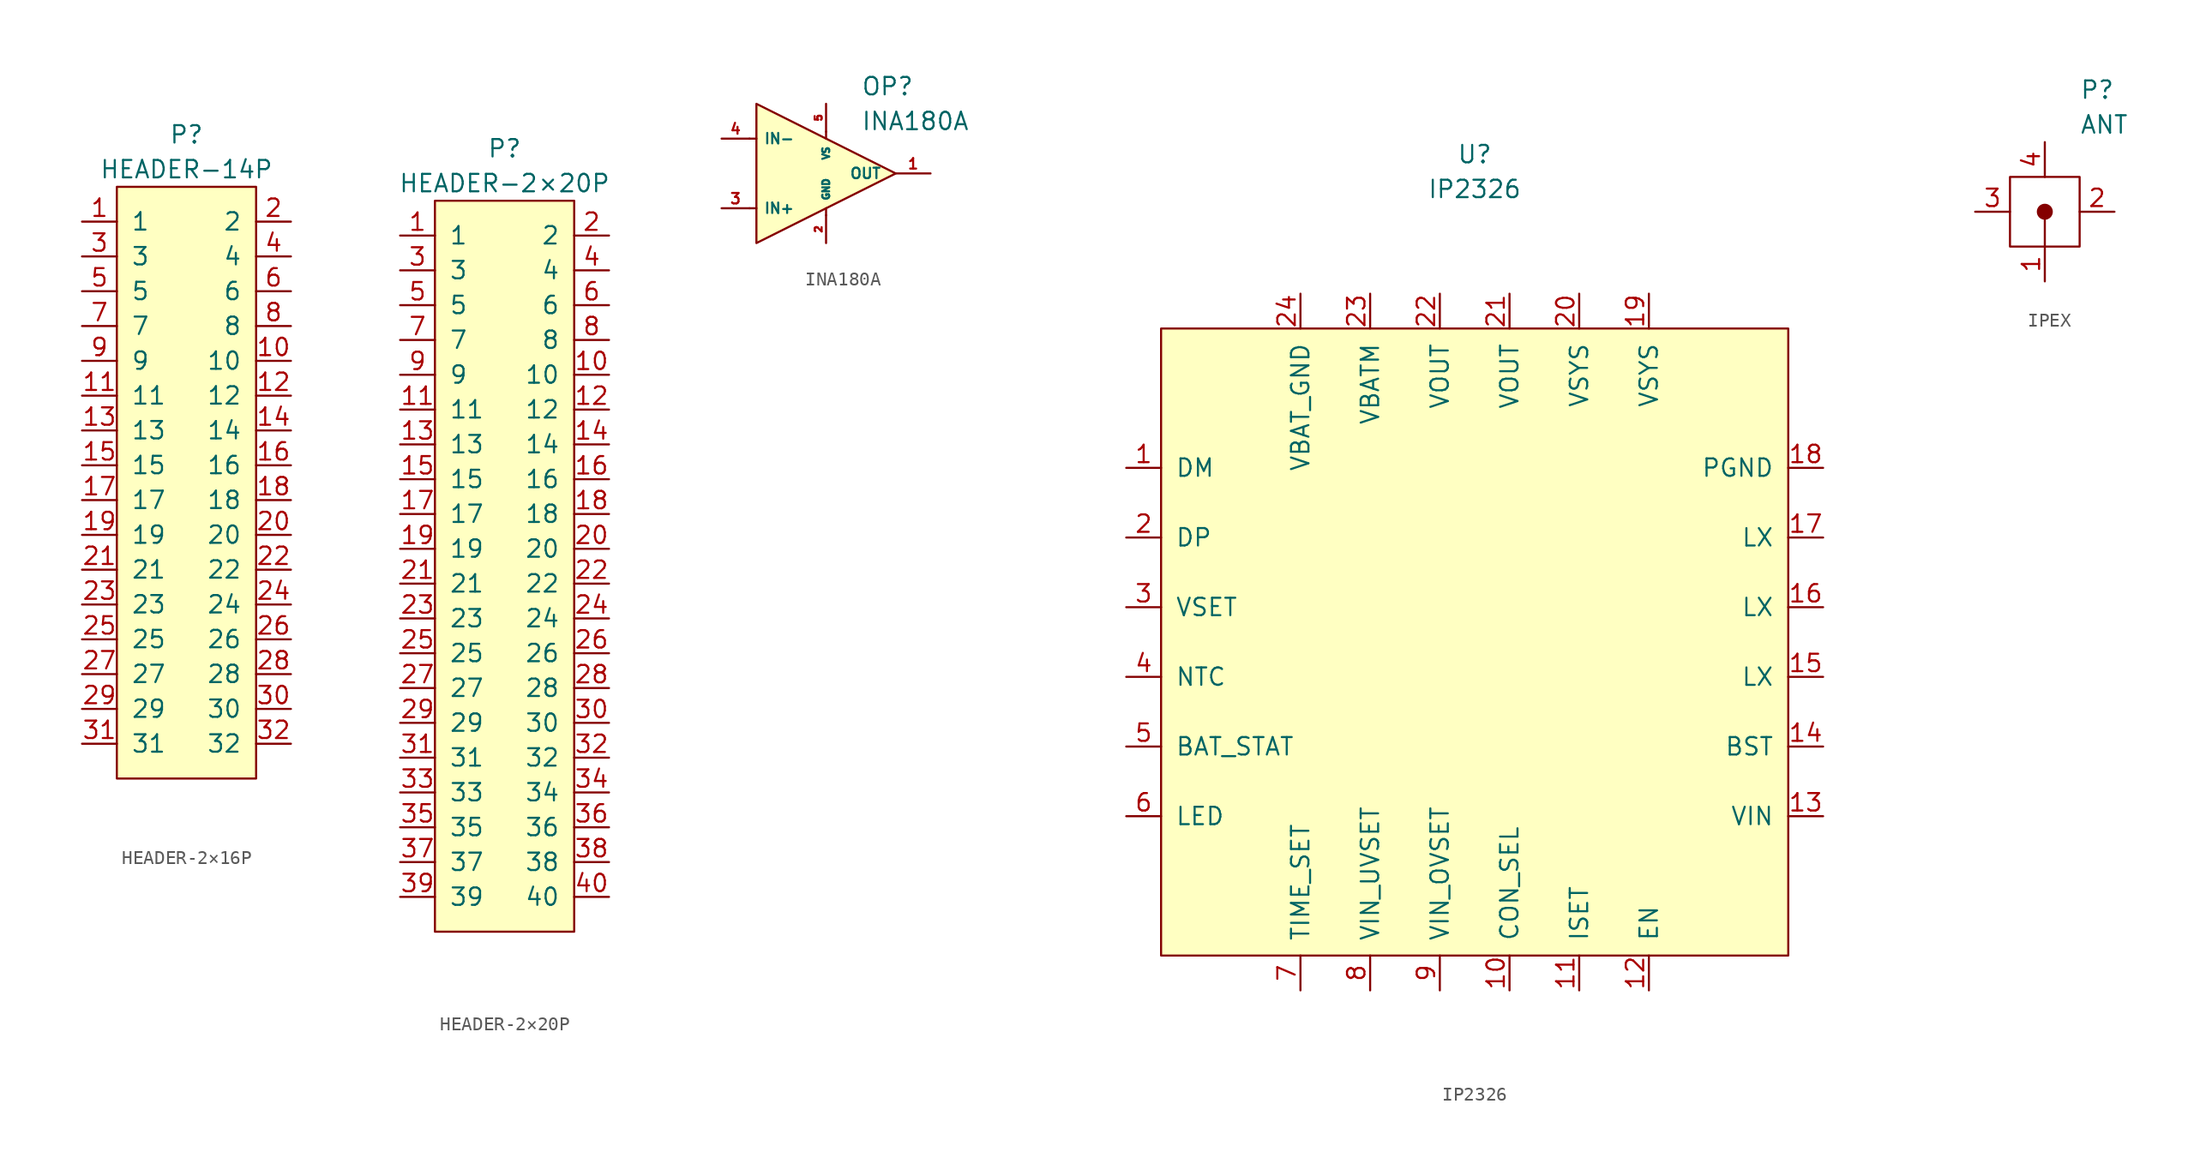
<source format=kicad_sym>
(kicad_symbol_lib
  (version 20231120)
  (generator "kicad_symbol_editor")
  (generator_version "8.0")
  (symbol "HEADER-2×16P"
    (pin_names
      (offset 1.016))
    (property "Reference" "P"
      (at 0 24.13 0)
      (effects (font (size 1.27 1.27))))
    (property "Value" "HEADER-14P"
      (at 0 21.59 0)
      (effects (font (size 1.27 1.27))))
    (symbol "HEADER-2×16P_0_1"
      (rectangle (start -5.08 20.32) (end 5.08 -22.86) (stroke (width 0) (type default)) (fill (type background))))
    (symbol "HEADER-2×16P_1_1"
      (pin passive line (at -7.62 17.78 0) (length 2.54) (name "1" (effects (font (size 1.27 1.27)))) (number "1" (effects (font (size 1.27 1.27)))))
      (pin passive line (at 7.62 7.62 180) (length 2.54) (name "10" (effects (font (size 1.27 1.27)))) (number "10" (effects (font (size 1.27 1.27)))))
      (pin passive line (at -7.62 5.08 0) (length 2.54) (name "11" (effects (font (size 1.27 1.27)))) (number "11" (effects (font (size 1.27 1.27)))))
      (pin passive line (at 7.62 5.08 180) (length 2.54) (name "12" (effects (font (size 1.27 1.27)))) (number "12" (effects (font (size 1.27 1.27)))))
      (pin passive line (at -7.62 2.54 0) (length 2.54) (name "13" (effects (font (size 1.27 1.27)))) (number "13" (effects (font (size 1.27 1.27)))))
      (pin passive line (at 7.62 2.54 180) (length 2.54) (name "14" (effects (font (size 1.27 1.27)))) (number "14" (effects (font (size 1.27 1.27)))))
      (pin passive line (at -7.62 0 0) (length 2.54) (name "15" (effects (font (size 1.27 1.27)))) (number "15" (effects (font (size 1.27 1.27)))))
      (pin passive line (at 7.62 0 180) (length 2.54) (name "16" (effects (font (size 1.27 1.27)))) (number "16" (effects (font (size 1.27 1.27)))))
      (pin passive line (at -7.62 -2.54 0) (length 2.54) (name "17" (effects (font (size 1.27 1.27)))) (number "17" (effects (font (size 1.27 1.27)))))
      (pin passive line (at 7.62 -2.54 180) (length 2.54) (name "18" (effects (font (size 1.27 1.27)))) (number "18" (effects (font (size 1.27 1.27)))))
      (pin passive line (at -7.62 -5.08 0) (length 2.54) (name "19" (effects (font (size 1.27 1.27)))) (number "19" (effects (font (size 1.27 1.27)))))
      (pin passive line (at 7.62 17.78 180) (length 2.54) (name "2" (effects (font (size 1.27 1.27)))) (number "2" (effects (font (size 1.27 1.27)))))
      (pin passive line (at 7.62 -5.08 180) (length 2.54) (name "20" (effects (font (size 1.27 1.27)))) (number "20" (effects (font (size 1.27 1.27)))))
      (pin passive line (at -7.62 -7.62 0) (length 2.54) (name "21" (effects (font (size 1.27 1.27)))) (number "21" (effects (font (size 1.27 1.27)))))
      (pin passive line (at 7.62 -7.62 180) (length 2.54) (name "22" (effects (font (size 1.27 1.27)))) (number "22" (effects (font (size 1.27 1.27)))))
      (pin passive line (at -7.62 -10.16 0) (length 2.54) (name "23" (effects (font (size 1.27 1.27)))) (number "23" (effects (font (size 1.27 1.27)))))
      (pin passive line (at 7.62 -10.16 180) (length 2.54) (name "24" (effects (font (size 1.27 1.27)))) (number "24" (effects (font (size 1.27 1.27)))))
      (pin passive line (at -7.62 -12.7 0) (length 2.54) (name "25" (effects (font (size 1.27 1.27)))) (number "25" (effects (font (size 1.27 1.27)))))
      (pin passive line (at 7.62 -12.7 180) (length 2.54) (name "26" (effects (font (size 1.27 1.27)))) (number "26" (effects (font (size 1.27 1.27)))))
      (pin passive line (at -7.62 -15.24 0) (length 2.54) (name "27" (effects (font (size 1.27 1.27)))) (number "27" (effects (font (size 1.27 1.27)))))
      (pin passive line (at 7.62 -15.24 180) (length 2.54) (name "28" (effects (font (size 1.27 1.27)))) (number "28" (effects (font (size 1.27 1.27)))))
      (pin passive line (at -7.62 -17.78 0) (length 2.54) (name "29" (effects (font (size 1.27 1.27)))) (number "29" (effects (font (size 1.27 1.27)))))
      (pin passive line (at -7.62 15.24 0) (length 2.54) (name "3" (effects (font (size 1.27 1.27)))) (number "3" (effects (font (size 1.27 1.27)))))
      (pin passive line (at 7.62 -17.78 180) (length 2.54) (name "30" (effects (font (size 1.27 1.27)))) (number "30" (effects (font (size 1.27 1.27)))))
      (pin passive line (at -7.62 -20.32 0) (length 2.54) (name "31" (effects (font (size 1.27 1.27)))) (number "31" (effects (font (size 1.27 1.27)))))
      (pin passive line (at 7.62 -20.32 180) (length 2.54) (name "32" (effects (font (size 1.27 1.27)))) (number "32" (effects (font (size 1.27 1.27)))))
      (pin passive line (at 7.62 15.24 180) (length 2.54) (name "4" (effects (font (size 1.27 1.27)))) (number "4" (effects (font (size 1.27 1.27)))))
      (pin passive line (at -7.62 12.7 0) (length 2.54) (name "5" (effects (font (size 1.27 1.27)))) (number "5" (effects (font (size 1.27 1.27)))))
      (pin passive line (at 7.62 12.7 180) (length 2.54) (name "6" (effects (font (size 1.27 1.27)))) (number "6" (effects (font (size 1.27 1.27)))))
      (pin passive line (at -7.62 10.16 0) (length 2.54) (name "7" (effects (font (size 1.27 1.27)))) (number "7" (effects (font (size 1.27 1.27)))))
      (pin passive line (at 7.62 10.16 180) (length 2.54) (name "8" (effects (font (size 1.27 1.27)))) (number "8" (effects (font (size 1.27 1.27)))))
      (pin passive line (at -7.62 7.62 0) (length 2.54) (name "9" (effects (font (size 1.27 1.27)))) (number "9" (effects (font (size 1.27 1.27)))))))
  (symbol "HEADER-2×20P"
    (pin_names
      (offset 1.016))
    (property "Reference" "P"
      (at 0 30.48 0)
      (effects (font (size 1.27 1.27))))
    (property "Value" "HEADER-2×20P"
      (at 0 27.94 0)
      (effects (font (size 1.27 1.27))))
    (symbol "HEADER-2×20P_0_1"
      (rectangle (start -5.08 26.67) (end 5.08 -26.67) (stroke (width 0) (type default)) (fill (type background))))
    (symbol "HEADER-2×20P_1_1"
      (pin passive line (at -7.62 24.13 0) (length 2.54) (name "1" (effects (font (size 1.27 1.27)))) (number "1" (effects (font (size 1.27 1.27)))))
      (pin passive line (at 7.62 13.97 180) (length 2.54) (name "10" (effects (font (size 1.27 1.27)))) (number "10" (effects (font (size 1.27 1.27)))))
      (pin passive line (at -7.62 11.43 0) (length 2.54) (name "11" (effects (font (size 1.27 1.27)))) (number "11" (effects (font (size 1.27 1.27)))))
      (pin passive line (at 7.62 11.43 180) (length 2.54) (name "12" (effects (font (size 1.27 1.27)))) (number "12" (effects (font (size 1.27 1.27)))))
      (pin passive line (at -7.62 8.89 0) (length 2.54) (name "13" (effects (font (size 1.27 1.27)))) (number "13" (effects (font (size 1.27 1.27)))))
      (pin passive line (at 7.62 8.89 180) (length 2.54) (name "14" (effects (font (size 1.27 1.27)))) (number "14" (effects (font (size 1.27 1.27)))))
      (pin passive line (at -7.62 6.35 0) (length 2.54) (name "15" (effects (font (size 1.27 1.27)))) (number "15" (effects (font (size 1.27 1.27)))))
      (pin passive line (at 7.62 6.35 180) (length 2.54) (name "16" (effects (font (size 1.27 1.27)))) (number "16" (effects (font (size 1.27 1.27)))))
      (pin passive line (at -7.62 3.81 0) (length 2.54) (name "17" (effects (font (size 1.27 1.27)))) (number "17" (effects (font (size 1.27 1.27)))))
      (pin passive line (at 7.62 3.81 180) (length 2.54) (name "18" (effects (font (size 1.27 1.27)))) (number "18" (effects (font (size 1.27 1.27)))))
      (pin passive line (at -7.62 1.27 0) (length 2.54) (name "19" (effects (font (size 1.27 1.27)))) (number "19" (effects (font (size 1.27 1.27)))))
      (pin passive line (at 7.62 24.13 180) (length 2.54) (name "2" (effects (font (size 1.27 1.27)))) (number "2" (effects (font (size 1.27 1.27)))))
      (pin passive line (at 7.62 1.27 180) (length 2.54) (name "20" (effects (font (size 1.27 1.27)))) (number "20" (effects (font (size 1.27 1.27)))))
      (pin passive line (at -7.62 -1.27 0) (length 2.54) (name "21" (effects (font (size 1.27 1.27)))) (number "21" (effects (font (size 1.27 1.27)))))
      (pin passive line (at 7.62 -1.27 180) (length 2.54) (name "22" (effects (font (size 1.27 1.27)))) (number "22" (effects (font (size 1.27 1.27)))))
      (pin passive line (at -7.62 -3.81 0) (length 2.54) (name "23" (effects (font (size 1.27 1.27)))) (number "23" (effects (font (size 1.27 1.27)))))
      (pin passive line (at 7.62 -3.81 180) (length 2.54) (name "24" (effects (font (size 1.27 1.27)))) (number "24" (effects (font (size 1.27 1.27)))))
      (pin passive line (at -7.62 -6.35 0) (length 2.54) (name "25" (effects (font (size 1.27 1.27)))) (number "25" (effects (font (size 1.27 1.27)))))
      (pin passive line (at 7.62 -6.35 180) (length 2.54) (name "26" (effects (font (size 1.27 1.27)))) (number "26" (effects (font (size 1.27 1.27)))))
      (pin passive line (at -7.62 -8.89 0) (length 2.54) (name "27" (effects (font (size 1.27 1.27)))) (number "27" (effects (font (size 1.27 1.27)))))
      (pin passive line (at 7.62 -8.89 180) (length 2.54) (name "28" (effects (font (size 1.27 1.27)))) (number "28" (effects (font (size 1.27 1.27)))))
      (pin passive line (at -7.62 -11.43 0) (length 2.54) (name "29" (effects (font (size 1.27 1.27)))) (number "29" (effects (font (size 1.27 1.27)))))
      (pin passive line (at -7.62 21.59 0) (length 2.54) (name "3" (effects (font (size 1.27 1.27)))) (number "3" (effects (font (size 1.27 1.27)))))
      (pin passive line (at 7.62 -11.43 180) (length 2.54) (name "30" (effects (font (size 1.27 1.27)))) (number "30" (effects (font (size 1.27 1.27)))))
      (pin passive line (at -7.62 -13.97 0) (length 2.54) (name "31" (effects (font (size 1.27 1.27)))) (number "31" (effects (font (size 1.27 1.27)))))
      (pin passive line (at 7.62 -13.97 180) (length 2.54) (name "32" (effects (font (size 1.27 1.27)))) (number "32" (effects (font (size 1.27 1.27)))))
      (pin passive line (at -7.62 -16.51 0) (length 2.54) (name "33" (effects (font (size 1.27 1.27)))) (number "33" (effects (font (size 1.27 1.27)))))
      (pin passive line (at 7.62 -16.51 180) (length 2.54) (name "34" (effects (font (size 1.27 1.27)))) (number "34" (effects (font (size 1.27 1.27)))))
      (pin passive line (at -7.62 -19.05 0) (length 2.54) (name "35" (effects (font (size 1.27 1.27)))) (number "35" (effects (font (size 1.27 1.27)))))
      (pin passive line (at 7.62 -19.05 180) (length 2.54) (name "36" (effects (font (size 1.27 1.27)))) (number "36" (effects (font (size 1.27 1.27)))))
      (pin passive line (at -7.62 -21.59 0) (length 2.54) (name "37" (effects (font (size 1.27 1.27)))) (number "37" (effects (font (size 1.27 1.27)))))
      (pin passive line (at 7.62 -21.59 180) (length 2.54) (name "38" (effects (font (size 1.27 1.27)))) (number "38" (effects (font (size 1.27 1.27)))))
      (pin passive line (at -7.62 -24.13 0) (length 2.54) (name "39" (effects (font (size 1.27 1.27)))) (number "39" (effects (font (size 1.27 1.27)))))
      (pin passive line (at 7.62 21.59 180) (length 2.54) (name "4" (effects (font (size 1.27 1.27)))) (number "4" (effects (font (size 1.27 1.27)))))
      (pin passive line (at 7.62 -24.13 180) (length 2.54) (name "40" (effects (font (size 1.27 1.27)))) (number "40" (effects (font (size 1.27 1.27)))))
      (pin passive line (at -7.62 19.05 0) (length 2.54) (name "5" (effects (font (size 1.27 1.27)))) (number "5" (effects (font (size 1.27 1.27)))))
      (pin passive line (at 7.62 19.05 180) (length 2.54) (name "6" (effects (font (size 1.27 1.27)))) (number "6" (effects (font (size 1.27 1.27)))))
      (pin passive line (at -7.62 16.51 0) (length 2.54) (name "7" (effects (font (size 1.27 1.27)))) (number "7" (effects (font (size 1.27 1.27)))))
      (pin passive line (at 7.62 16.51 180) (length 2.54) (name "8" (effects (font (size 1.27 1.27)))) (number "8" (effects (font (size 1.27 1.27)))))
      (pin passive line (at -7.62 13.97 0) (length 2.54) (name "9" (effects (font (size 1.27 1.27)))) (number "9" (effects (font (size 1.27 1.27)))))))
  (symbol "INA180A"
    (pin_names
      (offset 1.016))
    (property "Reference" "OP"
      (at 2.54 6.35 0)
      (effects (font (size 1.27 1.27)) (justify left)))
    (property "Value" "INA180A"
      (at 2.54 3.81 0)
      (effects (font (size 1.27 1.27)) (justify left)))
    (symbol "INA180A_0_1"
      (polyline (pts (xy -5.588 -2.54) (xy -5.08 -2.54)) (stroke (width 0) (type default)) (fill (type none)))
      (polyline (pts (xy -5.588 2.54) (xy -5.08 2.54)) (stroke (width 0) (type default)) (fill (type none)))
      (polyline (pts (xy 0 -3.048) (xy 0 -2.54)) (stroke (width 0) (type default)) (fill (type none)))
      (polyline (pts (xy 0 3.048) (xy 0 2.54)) (stroke (width 0) (type default)) (fill (type none)))
      (polyline (pts (xy -5.08 5.08) (xy -5.08 -5.08) (xy 5.08 0) (xy -5.08 5.08)) (stroke (width 0) (type default)) (fill (type background))))
    (symbol "INA180A_1_1"
      (pin output line (at 7.62 0 180) (length 2.54) (name "OUT" (effects (font (size 0.762 0.762)))) (number "1" (effects (font (size 0.762 0.762)))))
      (pin power_in line (at 0 -5.08 90) (length 2.032) (name "GND" (effects (font (size 0.508 0.508)))) (number "2" (effects (font (size 0.508 0.508)))))
      (pin input line (at -7.62 -2.54 0) (length 2.032) (name "IN+" (effects (font (size 0.762 0.762)))) (number "3" (effects (font (size 0.762 0.762)))))
      (pin input line (at -7.62 2.54 0) (length 2.032) (name "IN-" (effects (font (size 0.762 0.762)))) (number "4" (effects (font (size 0.762 0.762)))))
      (pin power_in line (at 0 5.08 270) (length 2.032) (name "VS" (effects (font (size 0.508 0.508)))) (number "5" (effects (font (size 0.508 0.508)))))))
  (symbol "IP2326"
    (pin_names
      (offset 1.016))
    (property "Reference" "U"
      (at 0 35.56 0)
      (effects (font (size 1.27 1.27))))
    (property "Value" "IP2326"
      (at 0 33.02 0)
      (effects (font (size 1.27 1.27))))
    (symbol "IP2326_0_1"
      (rectangle (start -22.86 22.86) (end 22.86 -22.86) (stroke (width 0) (type default)) (fill (type background))))
    (symbol "IP2326_1_1"
      (pin bidirectional line (at -25.4 12.7 0) (length 2.54) (name "DM" (effects (font (size 1.27 1.27)))) (number "1" (effects (font (size 1.27 1.27)))))
      (pin input line (at 2.54 -25.4 90) (length 2.54) (name "CON_SEL" (effects (font (size 1.27 1.27)))) (number "10" (effects (font (size 1.27 1.27)))))
      (pin input line (at 7.62 -25.4 90) (length 2.54) (name "ISET" (effects (font (size 1.27 1.27)))) (number "11" (effects (font (size 1.27 1.27)))))
      (pin input line (at 12.7 -25.4 90) (length 2.54) (name "EN" (effects (font (size 1.27 1.27)))) (number "12" (effects (font (size 1.27 1.27)))))
      (pin power_in line (at 25.4 -12.7 180) (length 2.54) (name "VIN" (effects (font (size 1.27 1.27)))) (number "13" (effects (font (size 1.27 1.27)))))
      (pin input line (at 25.4 -7.62 180) (length 2.54) (name "BST" (effects (font (size 1.27 1.27)))) (number "14" (effects (font (size 1.27 1.27)))))
      (pin power_out line (at 25.4 -2.54 180) (length 2.54) (name "LX" (effects (font (size 1.27 1.27)))) (number "15" (effects (font (size 1.27 1.27)))))
      (pin power_out line (at 25.4 2.54 180) (length 2.54) (name "LX" (effects (font (size 1.27 1.27)))) (number "16" (effects (font (size 1.27 1.27)))))
      (pin power_out line (at 25.4 7.62 180) (length 2.54) (name "LX" (effects (font (size 1.27 1.27)))) (number "17" (effects (font (size 1.27 1.27)))))
      (pin power_in line (at 25.4 12.7 180) (length 2.54) (name "PGND" (effects (font (size 1.27 1.27)))) (number "18" (effects (font (size 1.27 1.27)))))
      (pin power_in line (at 12.7 25.4 270) (length 2.54) (name "VSYS" (effects (font (size 1.27 1.27)))) (number "19" (effects (font (size 1.27 1.27)))))
      (pin bidirectional line (at -25.4 7.62 0) (length 2.54) (name "DP" (effects (font (size 1.27 1.27)))) (number "2" (effects (font (size 1.27 1.27)))))
      (pin power_in line (at 7.62 25.4 270) (length 2.54) (name "VSYS" (effects (font (size 1.27 1.27)))) (number "20" (effects (font (size 1.27 1.27)))))
      (pin power_out line (at 2.54 25.4 270) (length 2.54) (name "VOUT" (effects (font (size 1.27 1.27)))) (number "21" (effects (font (size 1.27 1.27)))))
      (pin power_out line (at -2.54 25.4 270) (length 2.54) (name "VOUT" (effects (font (size 1.27 1.27)))) (number "22" (effects (font (size 1.27 1.27)))))
      (pin input line (at -7.62 25.4 270) (length 2.54) (name "VBATM" (effects (font (size 1.27 1.27)))) (number "23" (effects (font (size 1.27 1.27)))))
      (pin passive line (at -12.7 25.4 270) (length 2.54) (name "VBAT_GND" (effects (font (size 1.27 1.27)))) (number "24" (effects (font (size 1.27 1.27)))))
      (pin power_in line (at 25.4 12.7 180) (length 2.54) hide (name "PGND" (effects (font (size 1.27 1.27)))) (number "25" (effects (font (size 1.27 1.27)))))
      (pin input line (at -25.4 2.54 0) (length 2.54) (name "VSET" (effects (font (size 1.27 1.27)))) (number "3" (effects (font (size 1.27 1.27)))))
      (pin input line (at -25.4 -2.54 0) (length 2.54) (name "NTC" (effects (font (size 1.27 1.27)))) (number "4" (effects (font (size 1.27 1.27)))))
      (pin output line (at -25.4 -7.62 0) (length 2.54) (name "BAT_STAT" (effects (font (size 1.27 1.27)))) (number "5" (effects (font (size 1.27 1.27)))))
      (pin output line (at -25.4 -12.7 0) (length 2.54) (name "LED" (effects (font (size 1.27 1.27)))) (number "6" (effects (font (size 1.27 1.27)))))
      (pin input line (at -12.7 -25.4 90) (length 2.54) (name "TIME_SET" (effects (font (size 1.27 1.27)))) (number "7" (effects (font (size 1.27 1.27)))))
      (pin input line (at -7.62 -25.4 90) (length 2.54) (name "VIN_UVSET" (effects (font (size 1.27 1.27)))) (number "8" (effects (font (size 1.27 1.27)))))
      (pin input line (at -2.54 -25.4 90) (length 2.54) (name "VIN_OVSET" (effects (font (size 1.27 1.27)))) (number "9" (effects (font (size 1.27 1.27)))))))
  (symbol "IPEX"
    (pin_names
      (offset 1.016))
    (property "Reference" "P"
      (at 2.54 8.89 0)
      (effects (font (size 1.27 1.27)) (justify left)))
    (property "Value" "ANT"
      (at 2.54 6.35 0)
      (effects (font (size 1.27 1.27)) (justify left)))
    (symbol "IPEX_1_1"
      (rectangle (start -2.54 2.54) (end 2.54 -2.54) (stroke (width 0) (type default)) (fill (type none)))
      (polyline (pts (xy 0 -2.54) (xy 0 0)) (stroke (width 0) (type default)) (fill (type none)))
      (circle (center 0 0) (radius 0.508) (stroke (width 0) (type default)) (fill (type outline)))
      (pin passive line (at 0 -5.08 90) (length 2.54) (name "" (effects (font (size 1.27 1.27)))) (number "1" (effects (font (size 1.27 1.27)))))
      (pin passive line (at 5.08 0 180) (length 2.54) (name "" (effects (font (size 1.27 1.27)))) (number "2" (effects (font (size 1.27 1.27)))))
      (pin passive line (at -5.08 0 0) (length 2.54) (name "" (effects (font (size 1.27 1.27)))) (number "3" (effects (font (size 1.27 1.27)))))
      (pin passive line (at 0 5.08 270) (length 2.54) (name "" (effects (font (size 1.27 1.27)))) (number "4" (effects (font (size 1.27 1.27))))))))
</source>
